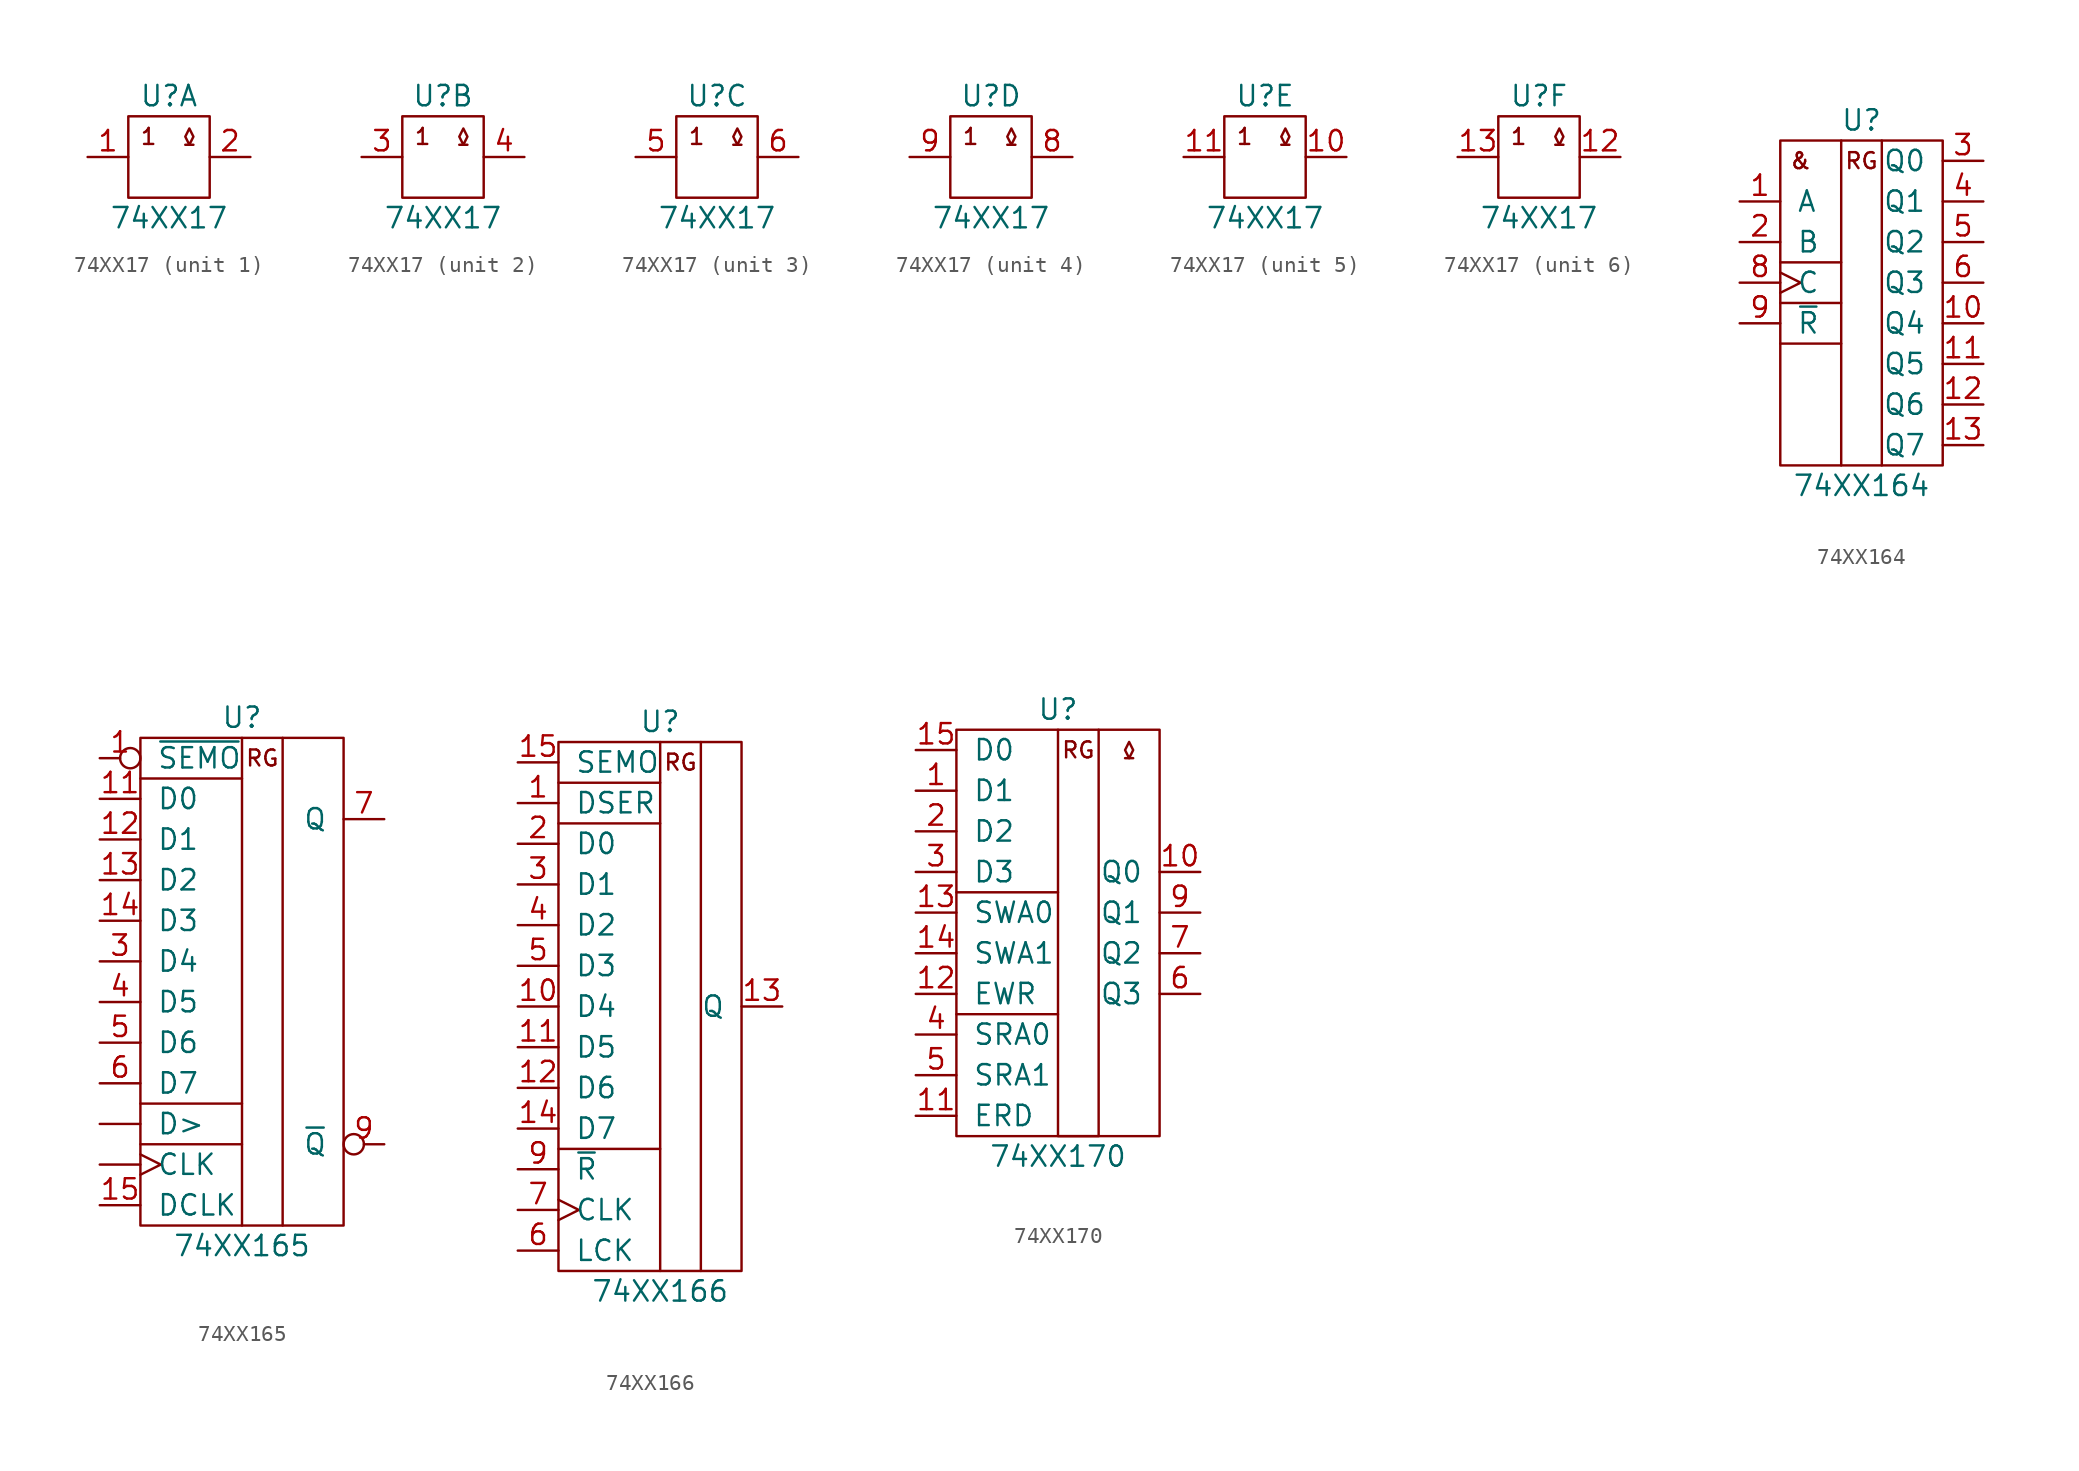
<source format=kicad_sym>
(kicad_symbol_lib
  (version 20211014)
  (generator kicad_symbol_editor)
  (symbol "74XX17"
    (pin_names
      (offset 1.016) hide)
    (property "Reference" "U"
      (at 0 3.81 0)
      (effects (font (size 1.27 1.27))))
    (property "Value" "74XX17"
      (at 0 -3.81 0)
      (effects (font (size 1.27 1.27))))
    (symbol "74XX17_0_0"
      (rectangle (start -2.54 -2.54) (end 2.54 2.54) (stroke (width 0) (type default) (color 0 0 0 0)) (fill (type none)))
      (text "1" (at -1.27 1.27 0) (effects (font (size 1 1)))))
    (symbol "74XX17_0_1"
      (polyline (pts (xy 1.016 0.762) (xy 1.524 0.762)) (stroke (width 0) (type default) (color 0 0 0 0)) (fill (type none)))
      (polyline (pts (xy 1.27 1.778) (xy 1.016 1.27) (xy 1.27 0.762) (xy 1.524 1.27) (xy 1.27 1.778)) (stroke (width 0) (type default) (color 0 0 0 0)) (fill (type none)))
      (pin power_in line (at 2.54 2.54 180) (length 0) hide (name "VCC" (effects (font (size 1.27 1.27)))) (number "14" (effects (font (size 1.27 1.27)))))
      (pin power_in line (at 2.54 -2.54 180) (length 0) hide (name "GND" (effects (font (size 1.27 1.27)))) (number "7" (effects (font (size 1.27 1.27))))))
    (symbol "74XX17_1_1"
      (pin input line (at -5.08 0 0) (length 2.54) (name "A" (effects (font (size 1.27 1.27)))) (number "1" (effects (font (size 1.27 1.27)))))
      (pin output line (at 5.08 0 180) (length 2.54) (name "Y" (effects (font (size 1.27 1.27)))) (number "2" (effects (font (size 1.27 1.27))))))
    (symbol "74XX17_2_1"
      (pin input line (at -5.08 0 0) (length 2.54) (name "A" (effects (font (size 1.27 1.27)))) (number "3" (effects (font (size 1.27 1.27)))))
      (pin output line (at 5.08 0 180) (length 2.54) (name "Y" (effects (font (size 1.27 1.27)))) (number "4" (effects (font (size 1.27 1.27))))))
    (symbol "74XX17_3_1"
      (pin input line (at -5.08 0 0) (length 2.54) (name "A" (effects (font (size 1.27 1.27)))) (number "5" (effects (font (size 1.27 1.27)))))
      (pin output line (at 5.08 0 180) (length 2.54) (name "Y" (effects (font (size 1.27 1.27)))) (number "6" (effects (font (size 1.27 1.27))))))
    (symbol "74XX17_4_1"
      (pin output line (at 5.08 0 180) (length 2.54) (name "Y" (effects (font (size 1.27 1.27)))) (number "8" (effects (font (size 1.27 1.27)))))
      (pin input line (at -5.08 0 0) (length 2.54) (name "A" (effects (font (size 1.27 1.27)))) (number "9" (effects (font (size 1.27 1.27))))))
    (symbol "74XX17_5_1"
      (pin output line (at 5.08 0 180) (length 2.54) (name "Y" (effects (font (size 1.27 1.27)))) (number "10" (effects (font (size 1.27 1.27)))))
      (pin input line (at -5.08 0 0) (length 2.54) (name "A" (effects (font (size 1.27 1.27)))) (number "11" (effects (font (size 1.27 1.27))))))
    (symbol "74XX17_6_1"
      (pin output line (at 5.08 0 180) (length 2.54) (name "Y" (effects (font (size 1.27 1.27)))) (number "12" (effects (font (size 1.27 1.27)))))
      (pin input line (at -5.08 0 0) (length 2.54) (name "A" (effects (font (size 1.27 1.27)))) (number "13" (effects (font (size 1.27 1.27)))))))
  (symbol "74XX164"
    (pin_names
      (offset 1.016))
    (property "Reference" "U"
      (at 0 11.43 0)
      (effects (font (size 1.27 1.27))))
    (property "Value" "74XX164"
      (at 0 -11.43 0)
      (effects (font (size 1.27 1.27))))
    (symbol "74XX164_0_0"
      (polyline (pts (xy -5.08 -2.54) (xy -1.27 -2.54)) (stroke (width 0) (type default) (color 0 0 0 0)) (fill (type none)))
      (polyline (pts (xy -3.81 0) (xy -5.08 0) (xy -1.27 0)) (stroke (width 0) (type default) (color 0 0 0 0)) (fill (type none)))
      (polyline (pts (xy -3.81 2.54) (xy -5.08 2.54) (xy -1.27 2.54)) (stroke (width 0) (type default) (color 0 0 0 0)) (fill (type none)))
      (text "&" (at -3.81 8.89 0) (effects (font (size 1 1))))
      (text "RG" (at 0 8.89 0) (effects (font (size 1 1)))))
    (symbol "74XX164_0_1"
      (polyline (pts (xy -1.27 10.16) (xy -1.27 -10.16)) (stroke (width 0) (type default) (color 0 0 0 0)) (fill (type none)))
      (polyline (pts (xy 1.27 10.16) (xy 1.27 -10.16)) (stroke (width 0) (type default) (color 0 0 0 0)) (fill (type none)))
      (rectangle (start 5.08 -10.16) (end -5.08 10.16) (stroke (width 0) (type default) (color 0 0 0 0)) (fill (type none)))
      (pin power_in line (at 5.08 10.16 180) (length 0) hide (name "VCC" (effects (font (size 1.27 1.27)))) (number "14" (effects (font (size 1.27 1.27)))))
      (pin power_in line (at 5.08 -10.16 180) (length 0) hide (name "GND" (effects (font (size 1.27 1.27)))) (number "7" (effects (font (size 1.27 1.27))))))
    (symbol "74XX164_1_1"
      (pin input line (at -7.62 6.35 0) (length 2.54) (name "A" (effects (font (size 1.27 1.27)))) (number "1" (effects (font (size 1.27 1.27)))))
      (pin output line (at 7.62 -1.27 180) (length 2.54) (name "Q4" (effects (font (size 1.27 1.27)))) (number "10" (effects (font (size 1.27 1.27)))))
      (pin output line (at 7.62 -3.81 180) (length 2.54) (name "Q5" (effects (font (size 1.27 1.27)))) (number "11" (effects (font (size 1.27 1.27)))))
      (pin output line (at 7.62 -6.35 180) (length 2.54) (name "Q6" (effects (font (size 1.27 1.27)))) (number "12" (effects (font (size 1.27 1.27)))))
      (pin output line (at 7.62 -8.89 180) (length 2.54) (name "Q7" (effects (font (size 1.27 1.27)))) (number "13" (effects (font (size 1.27 1.27)))))
      (pin input line (at -7.62 3.81 0) (length 2.54) (name "B" (effects (font (size 1.27 1.27)))) (number "2" (effects (font (size 1.27 1.27)))))
      (pin output line (at 7.62 8.89 180) (length 2.54) (name "Q0" (effects (font (size 1.27 1.27)))) (number "3" (effects (font (size 1.27 1.27)))))
      (pin output line (at 7.62 6.35 180) (length 2.54) (name "Q1" (effects (font (size 1.27 1.27)))) (number "4" (effects (font (size 1.27 1.27)))))
      (pin output line (at 7.62 3.81 180) (length 2.54) (name "Q2" (effects (font (size 1.27 1.27)))) (number "5" (effects (font (size 1.27 1.27)))))
      (pin output line (at 7.62 1.27 180) (length 2.54) (name "Q3" (effects (font (size 1.27 1.27)))) (number "6" (effects (font (size 1.27 1.27)))))
      (pin input clock (at -7.62 1.27 0) (length 2.54) (name "C" (effects (font (size 1.27 1.27)))) (number "8" (effects (font (size 1.27 1.27)))))
      (pin input line (at -7.62 -1.27 0) (length 2.54) (name "~{R}" (effects (font (size 1.27 1.27)))) (number "9" (effects (font (size 1.27 1.27)))))))
  (symbol "74XX165"
    (pin_names
      (offset 1.016))
    (property "Reference" "U"
      (at 0 16.51 0)
      (effects (font (size 1.27 1.27))))
    (property "Value" "74XX165"
      (at 0 -16.51 0)
      (effects (font (size 1.27 1.27))))
    (symbol "74XX165_0_0"
      (rectangle (start -6.35 -15.24) (end 6.35 15.24) (stroke (width 0) (type default) (color 0 0 0 0)) (fill (type none)))
      (polyline (pts (xy -6.35 -10.16) (xy 0 -10.16)) (stroke (width 0) (type default) (color 0 0 0 0)) (fill (type none)))
      (polyline (pts (xy -6.35 -7.62) (xy 0 -7.62)) (stroke (width 0) (type default) (color 0 0 0 0)) (fill (type none)))
      (polyline (pts (xy -6.35 12.7) (xy 0 12.7)) (stroke (width 0) (type default) (color 0 0 0 0)) (fill (type none)))
      (polyline (pts (xy 0 15.24) (xy 0 -15.24)) (stroke (width 0) (type default) (color 0 0 0 0)) (fill (type none)))
      (polyline (pts (xy 2.54 15.24) (xy 2.54 -15.24)) (stroke (width 0) (type default) (color 0 0 0 0)) (fill (type none)))
      (text "RG" (at 1.27 13.97 0) (effects (font (size 1 1)))))
    (symbol "74XX165_0_1"
      (pin power_in line (at 6.35 15.24 180) (length 0) hide (name "VCC" (effects (font (size 1.27 1.27)))) (number "16" (effects (font (size 1.27 1.27)))))
      (pin power_in line (at 6.35 -15.24 180) (length 0) hide (name "GND" (effects (font (size 1.27 1.27)))) (number "8" (effects (font (size 1.27 1.27))))))
    (symbol "74XX165_1_1"
      (pin input inverted (at -8.89 13.97 0) (length 2.54) (name "~{SEMO}" (effects (font (size 1.27 1.27)))) (number "1" (effects (font (size 1.27 1.27)))))
      (pin input line (at -8.89 11.43 0) (length 2.54) (name "D0" (effects (font (size 1.27 1.27)))) (number "11" (effects (font (size 1.27 1.27)))))
      (pin input line (at -8.89 8.89 0) (length 2.54) (name "D1" (effects (font (size 1.27 1.27)))) (number "12" (effects (font (size 1.27 1.27)))))
      (pin input line (at -8.89 6.35 0) (length 2.54) (name "D2" (effects (font (size 1.27 1.27)))) (number "13" (effects (font (size 1.27 1.27)))))
      (pin input line (at -8.89 3.81 0) (length 2.54) (name "D3" (effects (font (size 1.27 1.27)))) (number "14" (effects (font (size 1.27 1.27)))))
      (pin input line (at -8.89 -13.97 0) (length 2.54) (name "DCLK" (effects (font (size 1.27 1.27)))) (number "15" (effects (font (size 1.27 1.27)))))
      (pin input line (at -8.89 1.27 0) (length 2.54) (name "D4" (effects (font (size 1.27 1.27)))) (number "3" (effects (font (size 1.27 1.27)))))
      (pin input line (at -8.89 -1.27 0) (length 2.54) (name "D5" (effects (font (size 1.27 1.27)))) (number "4" (effects (font (size 1.27 1.27)))))
      (pin input line (at -8.89 -3.81 0) (length 2.54) (name "D6" (effects (font (size 1.27 1.27)))) (number "5" (effects (font (size 1.27 1.27)))))
      (pin input line (at -8.89 -6.35 0) (length 2.54) (name "D7" (effects (font (size 1.27 1.27)))) (number "6" (effects (font (size 1.27 1.27)))))
      (pin output line (at 8.89 10.16 180) (length 2.54) (name "Q" (effects (font (size 1.27 1.27)))) (number "7" (effects (font (size 1.27 1.27)))))
      (pin output inverted (at 8.89 -10.16 180) (length 2.54) (name "~{Q}" (effects (font (size 1.27 1.27)))) (number "9" (effects (font (size 1.27 1.27)))))
      (pin input clock (at -8.89 -11.43 0) (length 2.54) (name "CLK" (effects (font (size 1.27 1.27)))) (number "~" (effects (font (size 1.27 1.27)))))
      (pin input line (at -8.89 -8.89 0) (length 2.54) (name "D>" (effects (font (size 1.27 1.27)))) (number "~" (effects (font (size 1.27 1.27)))))))
  (symbol "74XX166"
    (pin_names
      (offset 1.016))
    (property "Reference" "U"
      (at 0 17.78 0)
      (effects (font (size 1.27 1.27))))
    (property "Value" "74XX166"
      (at 0 -17.78 0)
      (effects (font (size 1.27 1.27))))
    (symbol "74XX166_0_0"
      (polyline (pts (xy -6.35 13.97) (xy 0 13.97)) (stroke (width 0) (type default) (color 0 0 0 0)) (fill (type none)))
      (polyline (pts (xy 2.54 16.51) (xy 2.54 -16.51)) (stroke (width 0) (type default) (color 0 0 0 0)) (fill (type none)))
      (text "RG" (at 1.27 15.24 0) (effects (font (size 1 1)))))
    (symbol "74XX166_0_1"
      (rectangle (start -6.35 -16.51) (end 5.08 16.51) (stroke (width 0) (type default) (color 0 0 0 0)) (fill (type none)))
      (polyline (pts (xy -6.35 -8.89) (xy 0 -8.89)) (stroke (width 0) (type default) (color 0 0 0 0)) (fill (type none)))
      (polyline (pts (xy -6.35 11.43) (xy 0 11.43)) (stroke (width 0) (type default) (color 0 0 0 0)) (fill (type none)))
      (polyline (pts (xy 0 13.97) (xy 0 16.51) (xy 0 -15.24) (xy 0 -16.51)) (stroke (width 0) (type default) (color 0 0 0 0)) (fill (type none)))
      (pin power_in line (at 5.08 16.51 180) (length 0) hide (name "VCC" (effects (font (size 1.27 1.27)))) (number "16" (effects (font (size 1.27 1.27)))))
      (pin power_in line (at 5.08 -16.51 180) (length 0) hide (name "GND" (effects (font (size 1.27 1.27)))) (number "8" (effects (font (size 1.27 1.27))))))
    (symbol "74XX166_1_1"
      (pin input line (at -8.89 12.7 0) (length 2.54) (name "DSER" (effects (font (size 1.27 1.27)))) (number "1" (effects (font (size 1.27 1.27)))))
      (pin input line (at -8.89 0 0) (length 2.54) (name "D4" (effects (font (size 1.27 1.27)))) (number "10" (effects (font (size 1.27 1.27)))))
      (pin input line (at -8.89 -2.54 0) (length 2.54) (name "D5" (effects (font (size 1.27 1.27)))) (number "11" (effects (font (size 1.27 1.27)))))
      (pin input line (at -8.89 -5.08 0) (length 2.54) (name "D6" (effects (font (size 1.27 1.27)))) (number "12" (effects (font (size 1.27 1.27)))))
      (pin output line (at 7.62 0 180) (length 2.54) (name "Q" (effects (font (size 1.27 1.27)))) (number "13" (effects (font (size 1.27 1.27)))))
      (pin input line (at -8.89 -7.62 0) (length 2.54) (name "D7" (effects (font (size 1.27 1.27)))) (number "14" (effects (font (size 1.27 1.27)))))
      (pin input line (at -8.89 15.24 0) (length 2.54) (name "SEMO" (effects (font (size 1.27 1.27)))) (number "15" (effects (font (size 1.27 1.27)))))
      (pin input line (at -8.89 10.16 0) (length 2.54) (name "D0" (effects (font (size 1.27 1.27)))) (number "2" (effects (font (size 1.27 1.27)))))
      (pin input line (at -8.89 7.62 0) (length 2.54) (name "D1" (effects (font (size 1.27 1.27)))) (number "3" (effects (font (size 1.27 1.27)))))
      (pin input line (at -8.89 5.08 0) (length 2.54) (name "D2" (effects (font (size 1.27 1.27)))) (number "4" (effects (font (size 1.27 1.27)))))
      (pin input line (at -8.89 2.54 0) (length 2.54) (name "D3" (effects (font (size 1.27 1.27)))) (number "5" (effects (font (size 1.27 1.27)))))
      (pin input line (at -8.89 -15.24 0) (length 2.54) (name "LCK" (effects (font (size 1.27 1.27)))) (number "6" (effects (font (size 1.27 1.27)))))
      (pin input clock (at -8.89 -12.7 0) (length 2.54) (name "CLK" (effects (font (size 1.27 1.27)))) (number "7" (effects (font (size 1.27 1.27)))))
      (pin input line (at -8.89 -10.16 0) (length 2.54) (name "~{R}" (effects (font (size 1.27 1.27)))) (number "9" (effects (font (size 1.27 1.27)))))))
  (symbol "74XX170"
    (pin_names
      (offset 1.016))
    (property "Reference" "U"
      (at 0 13.97 0)
      (effects (font (size 1.27 1.27))))
    (property "Value" "74XX170"
      (at 0 -13.97 0)
      (effects (font (size 1.27 1.27))))
    (symbol "74XX170_0_0"
      (rectangle (start -6.35 -12.7) (end 6.35 12.7) (stroke (width 0) (type default) (color 0 0 0 0)) (fill (type none)))
      (polyline (pts (xy -6.35 2.54) (xy 0 2.54)) (stroke (width 0) (type default) (color 0 0 0 0)) (fill (type none)))
      (polyline (pts (xy 0 -5.08) (xy -6.35 -5.08)) (stroke (width 0) (type default) (color 0 0 0 0)) (fill (type none)))
      (polyline (pts (xy 0 12.7) (xy 0 -12.7) (xy 2.54 -12.7) (xy 2.54 12.7)) (stroke (width 0) (type default) (color 0 0 0 0)) (fill (type none)))
      (text "RG" (at 1.27 11.43 0) (effects (font (size 1 1)))))
    (symbol "74XX170_0_1"
      (polyline (pts (xy 4.191 10.922) (xy 4.699 10.922)) (stroke (width 0) (type default) (color 0 0 0 0)) (fill (type none)))
      (polyline (pts (xy 4.445 11.938) (xy 4.191 11.43) (xy 4.445 10.922) (xy 4.699 11.43) (xy 4.445 11.938)) (stroke (width 0) (type default) (color 0 0 0 0)) (fill (type none)))
      (pin power_in line (at 6.35 12.7 180) (length 0) hide (name "VCC" (effects (font (size 1.27 1.27)))) (number "16" (effects (font (size 1.27 1.27)))))
      (pin power_in line (at 6.35 -12.7 180) (length 0) hide (name "GND" (effects (font (size 1.27 1.27)))) (number "8" (effects (font (size 1.27 1.27))))))
    (symbol "74XX170_1_1"
      (pin input line (at -8.89 8.89 0) (length 2.54) (name "D1" (effects (font (size 1.27 1.27)))) (number "1" (effects (font (size 1.27 1.27)))))
      (pin output line (at 8.89 3.81 180) (length 2.54) (name "Q0" (effects (font (size 1.27 1.27)))) (number "10" (effects (font (size 1.27 1.27)))))
      (pin input line (at -8.89 -11.43 0) (length 2.54) (name "ERD" (effects (font (size 1.27 1.27)))) (number "11" (effects (font (size 1.27 1.27)))))
      (pin input line (at -8.89 -3.81 0) (length 2.54) (name "EWR" (effects (font (size 1.27 1.27)))) (number "12" (effects (font (size 1.27 1.27)))))
      (pin input line (at -8.89 1.27 0) (length 2.54) (name "SWA0" (effects (font (size 1.27 1.27)))) (number "13" (effects (font (size 1.27 1.27)))))
      (pin input line (at -8.89 -1.27 0) (length 2.54) (name "SWA1" (effects (font (size 1.27 1.27)))) (number "14" (effects (font (size 1.27 1.27)))))
      (pin input line (at -8.89 11.43 0) (length 2.54) (name "D0" (effects (font (size 1.27 1.27)))) (number "15" (effects (font (size 1.27 1.27)))))
      (pin input line (at -8.89 6.35 0) (length 2.54) (name "D2" (effects (font (size 1.27 1.27)))) (number "2" (effects (font (size 1.27 1.27)))))
      (pin input line (at -8.89 3.81 0) (length 2.54) (name "D3" (effects (font (size 1.27 1.27)))) (number "3" (effects (font (size 1.27 1.27)))))
      (pin input line (at -8.89 -6.35 0) (length 2.54) (name "SRA0" (effects (font (size 1.27 1.27)))) (number "4" (effects (font (size 1.27 1.27)))))
      (pin input line (at -8.89 -8.89 0) (length 2.54) (name "SRA1" (effects (font (size 1.27 1.27)))) (number "5" (effects (font (size 1.27 1.27)))))
      (pin output line (at 8.89 -3.81 180) (length 2.54) (name "Q3" (effects (font (size 1.27 1.27)))) (number "6" (effects (font (size 1.27 1.27)))))
      (pin output line (at 8.89 -1.27 180) (length 2.54) (name "Q2" (effects (font (size 1.27 1.27)))) (number "7" (effects (font (size 1.27 1.27)))))
      (pin output line (at 8.89 1.27 180) (length 2.54) (name "Q1" (effects (font (size 1.27 1.27)))) (number "9" (effects (font (size 1.27 1.27))))))))
</source>
